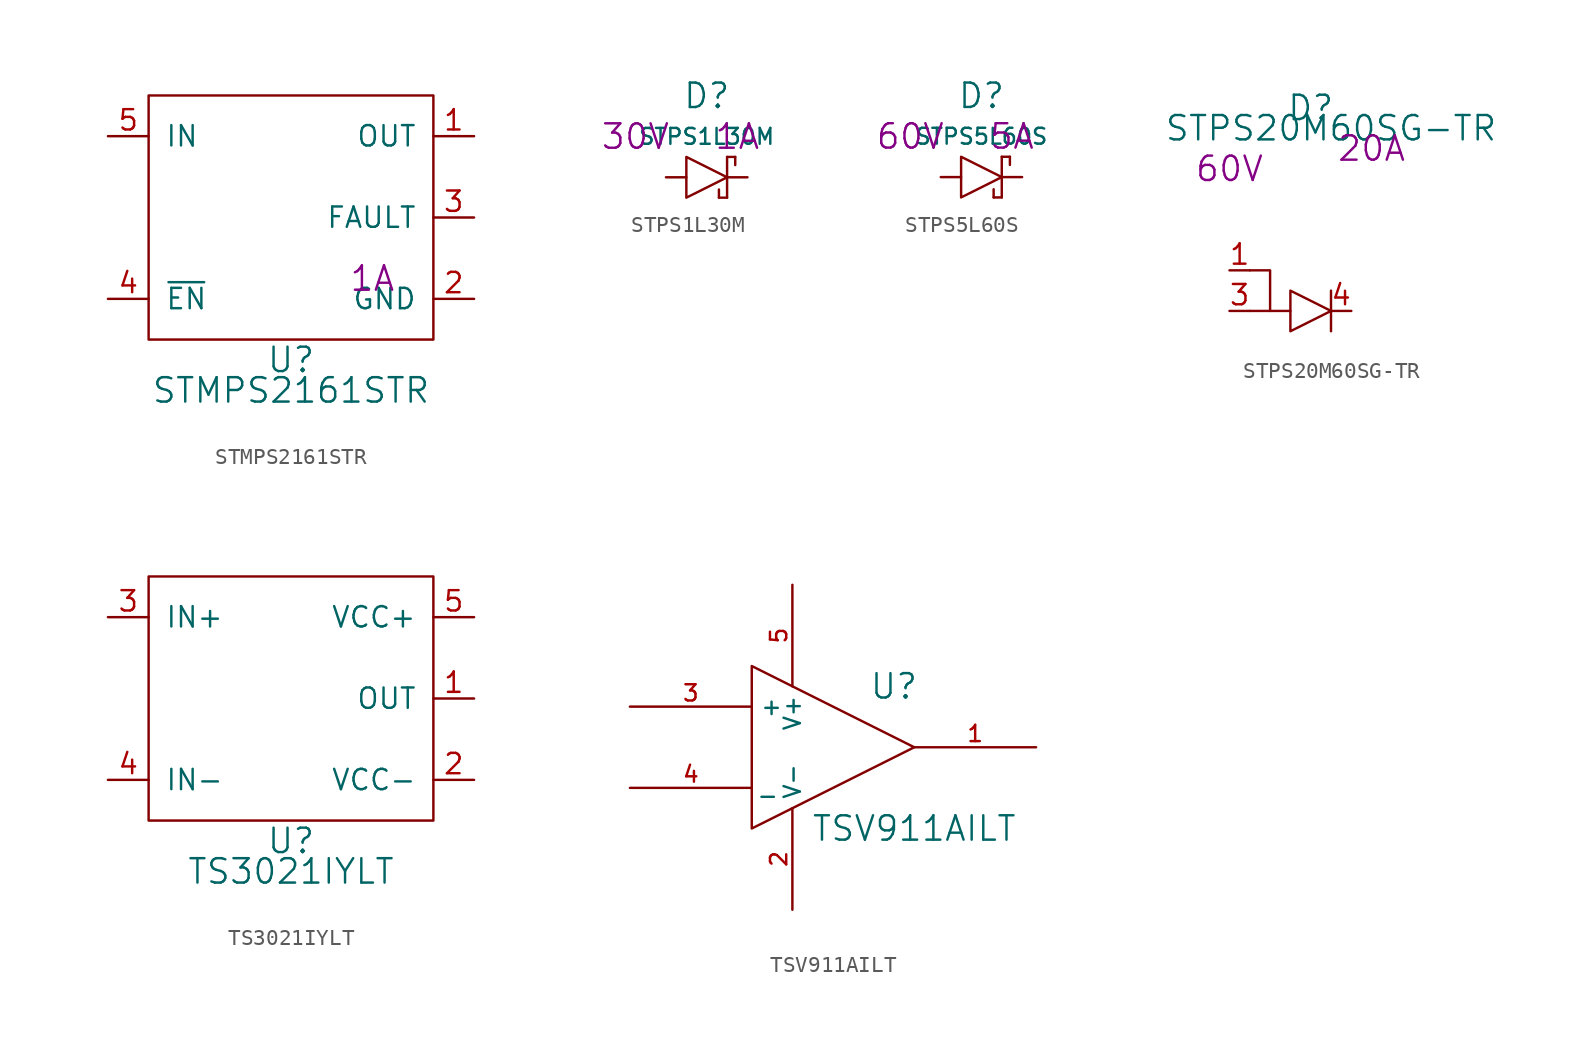
<source format=kicad_sym>
(kicad_symbol_lib
  (version 20220914)
  (generator kicad_symbol_editor)
  (symbol "STMPS2161STR"
    (pin_names
      (offset 1.016))
    (property "Reference" "U"
      (at 8.89 -1.27 0)
      (effects (font (size 1.524 1.524))))
    (property "Value" "STMPS2161STR"
      (at 8.89 -3.175 0)
      (effects (font (size 1.524 1.524))))
    (property "Rating" "1A"
      (at 13.97 3.81 0)
      (effects (font (size 1.524 1.524))))
    (symbol "STMPS2161STR_1_1"
      (rectangle (start 0 15.24) (end 17.78 0) (stroke (width 0) (type solid)) (fill (type none)))
      (pin power_out line (at 20.32 12.7 180) (length 2.54) (name "OUT" (effects (font (size 1.27 1.27)))) (number "1" (effects (font (size 1.27 1.27)))))
      (pin power_in line (at 20.32 2.54 180) (length 2.54) (name "GND" (effects (font (size 1.27 1.27)))) (number "2" (effects (font (size 1.27 1.27)))))
      (pin open_collector line (at 20.32 7.62 180) (length 2.54) (name "FAULT" (effects (font (size 1.27 1.27)))) (number "3" (effects (font (size 1.27 1.27)))))
      (pin input line (at -2.54 2.54 0) (length 2.54) (name "~{EN}" (effects (font (size 1.27 1.27)))) (number "4" (effects (font (size 1.27 1.27)))))
      (pin power_in line (at -2.54 12.7 0) (length 2.54) (name "IN" (effects (font (size 1.27 1.27)))) (number "5" (effects (font (size 1.27 1.27)))))))
  (symbol "STPS1L30M"
    (pin_numbers hide)
    (pin_names
      (offset 1.016) hide)
    (property "Reference" "D"
      (at 0 5.08 0)
      (effects (font (size 1.524 1.524))))
    (property "Value" "STPS1L30M"
      (at 0 2.54 0)
      (effects (font (size 0.991 0.991))))
    (property "Voltage" "30V"
      (at -4.445 2.54 0)
      (effects (font (size 1.524 1.524))))
    (property "Amps" "1A"
      (at 1.905 2.54 0)
      (effects (font (size 1.524 1.524))))
    (symbol "STPS1L30M_0_1"
      (polyline (pts (xy 0.762 -1.27) (xy 1.27 -1.27)) (stroke (width 0) (type solid)) (fill (type none)))
      (polyline (pts (xy 0.762 -0.762) (xy 0.762 -1.27)) (stroke (width 0) (type solid)) (fill (type none)))
      (polyline (pts (xy 1.27 1.27) (xy 1.27 -1.27)) (stroke (width 0) (type solid)) (fill (type none)))
      (polyline (pts (xy 1.778 0.762) (xy 1.778 1.27)) (stroke (width 0) (type solid)) (fill (type none)))
      (polyline (pts (xy 1.778 1.27) (xy 1.27 1.27)) (stroke (width 0) (type solid)) (fill (type none)))
      (polyline (pts (xy -1.27 0) (xy -1.27 1.27) (xy 1.27 0) (xy -1.27 -1.27) (xy -1.27 0)) (stroke (width 0) (type solid)) (fill (type none))))
    (symbol "STPS1L30M_1_1"
      (pin passive line (at -2.54 0 0) (length 1.27) (name "A" (effects (font (size 1.27 1.27)))) (number "A" (effects (font (size 1.27 1.27)))))
      (pin passive line (at 2.54 0 180) (length 1.27) (name "C" (effects (font (size 1.27 1.27)))) (number "C" (effects (font (size 1.27 1.27)))))))
  (symbol "STPS5L60S"
    (pin_numbers hide)
    (pin_names
      (offset 1.016) hide)
    (property "Reference" "D"
      (at 0 5.08 0)
      (effects (font (size 1.524 1.524))))
    (property "Value" "STPS5L60S"
      (at 0 2.54 0)
      (effects (font (size 0.991 0.991))))
    (property "Voltage" "60V"
      (at -4.445 2.54 0)
      (effects (font (size 1.524 1.524))))
    (property "Amps" "5A"
      (at 1.905 2.54 0)
      (effects (font (size 1.524 1.524))))
    (symbol "STPS5L60S_0_1"
      (polyline (pts (xy 0.762 -1.27) (xy 1.27 -1.27)) (stroke (width 0) (type solid)) (fill (type none)))
      (polyline (pts (xy 0.762 -0.762) (xy 0.762 -1.27)) (stroke (width 0) (type solid)) (fill (type none)))
      (polyline (pts (xy 1.27 1.27) (xy 1.27 -1.27)) (stroke (width 0) (type solid)) (fill (type none)))
      (polyline (pts (xy 1.778 0.762) (xy 1.778 1.27)) (stroke (width 0) (type solid)) (fill (type none)))
      (polyline (pts (xy 1.778 1.27) (xy 1.27 1.27)) (stroke (width 0) (type solid)) (fill (type none)))
      (polyline (pts (xy -1.27 0) (xy -1.27 1.27) (xy 1.27 0) (xy -1.27 -1.27) (xy -1.27 0)) (stroke (width 0) (type solid)) (fill (type none))))
    (symbol "STPS5L60S_1_1"
      (pin passive line (at -2.54 0 0) (length 1.27) (name "A" (effects (font (size 1.27 1.27)))) (number "A" (effects (font (size 1.27 1.27)))))
      (pin passive line (at 2.54 0 180) (length 1.27) (name "K" (effects (font (size 1.27 1.27)))) (number "K" (effects (font (size 1.27 1.27)))))))
  (symbol "STPS20M60SG-TR"
    (pin_names
      (offset 1.016) hide)
    (property "Reference" "D"
      (at 0 15.24 0)
      (effects (font (size 1.524 1.524))))
    (property "Value" "STPS20M60SG-TR"
      (at 1.27 13.97 0)
      (effects (font (size 1.524 1.524))))
    (property "Voltage" "60V"
      (at -5.08 11.43 0)
      (effects (font (size 1.524 1.524))))
    (property "Amps" "20A"
      (at 3.81 12.7 0)
      (effects (font (size 1.524 1.524))))
    (symbol "STPS20M60SG-TR_1_1"
      (polyline (pts (xy -2.54 2.54) (xy -3.81 2.54)) (stroke (width 0) (type solid)) (fill (type none)))
      (polyline (pts (xy 1.27 3.81) (xy 1.27 1.27)) (stroke (width 0) (type solid)) (fill (type none)))
      (polyline (pts (xy -3.81 5.08) (xy -2.54 5.08) (xy -2.54 2.54) (xy -1.27 2.54)) (stroke (width 0) (type solid)) (fill (type none)))
      (polyline (pts (xy -1.27 3.81) (xy -1.27 1.27) (xy 1.27 2.54) (xy -1.27 3.81)) (stroke (width 0) (type solid)) (fill (type none)))
      (pin passive line (at -5.08 5.08 0) (length 1.27) (name "A1" (effects (font (size 1.27 1.27)))) (number "1" (effects (font (size 1.27 1.27)))))
      (pin passive line (at -5.08 2.54 0) (length 1.27) (name "A3" (effects (font (size 1.27 1.27)))) (number "3" (effects (font (size 1.27 1.27)))))
      (pin passive line (at 2.54 2.54 180) (length 1.27) (name "C" (effects (font (size 1.27 1.27)))) (number "4" (effects (font (size 1.27 1.27)))))))
  (symbol "TS3021IYLT"
    (pin_names
      (offset 1.016))
    (property "Reference" "U"
      (at 8.89 -1.27 0)
      (effects (font (size 1.524 1.524))))
    (property "Value" "TS3021IYLT"
      (at 8.89 -3.175 0)
      (effects (font (size 1.524 1.524))))
    (symbol "TS3021IYLT_1_1"
      (rectangle (start 0 15.24) (end 17.78 0) (stroke (width 0) (type solid)) (fill (type none)))
      (pin output line (at 20.32 7.62 180) (length 2.54) (name "OUT" (effects (font (size 1.27 1.27)))) (number "1" (effects (font (size 1.27 1.27)))))
      (pin power_in line (at 20.32 2.54 180) (length 2.54) (name "VCC-" (effects (font (size 1.27 1.27)))) (number "2" (effects (font (size 1.27 1.27)))))
      (pin input line (at -2.54 12.7 0) (length 2.54) (name "IN+" (effects (font (size 1.27 1.27)))) (number "3" (effects (font (size 1.27 1.27)))))
      (pin input line (at -2.54 2.54 0) (length 2.54) (name "IN-" (effects (font (size 1.27 1.27)))) (number "4" (effects (font (size 1.27 1.27)))))
      (pin power_in line (at 20.32 12.7 180) (length 2.54) (name "VCC+" (effects (font (size 1.27 1.27)))) (number "5" (effects (font (size 1.27 1.27)))))))
  (symbol "TSV911AILT"
    (property "Reference" "U"
      (at 3.81 3.81 0)
      (effects (font (size 1.524 1.524))))
    (property "Value" "TSV911AILT"
      (at 5.08 -5.08 0)
      (effects (font (size 1.524 1.524))))
    (symbol "TSV911AILT_0_1"
      (polyline (pts (xy -5.08 5.08) (xy 5.08 0) (xy -5.08 -5.08) (xy -5.08 5.08)) (stroke (width 0) (type solid)) (fill (type none))))
    (symbol "TSV911AILT_1_1"
      (pin open_collector line (at 12.7 0 180) (length 7.62) (name "~" (effects (font (size 1.016 1.016)))) (number "1" (effects (font (size 1.016 1.016)))))
      (pin power_in line (at -2.54 -10.16 90) (length 6.35) (name "V-" (effects (font (size 1.016 1.016)))) (number "2" (effects (font (size 1.016 1.016)))))
      (pin input line (at -12.7 2.54 0) (length 7.62) (name "+" (effects (font (size 1.016 1.016)))) (number "3" (effects (font (size 1.016 1.016)))))
      (pin input line (at -12.7 -2.54 0) (length 7.62) (name "_" (effects (font (size 1.016 1.016)))) (number "4" (effects (font (size 1.016 1.016)))))
      (pin power_in line (at -2.54 10.16 270) (length 6.35) (name "V+" (effects (font (size 1.016 1.016)))) (number "5" (effects (font (size 1.016 1.016))))))))
</source>
